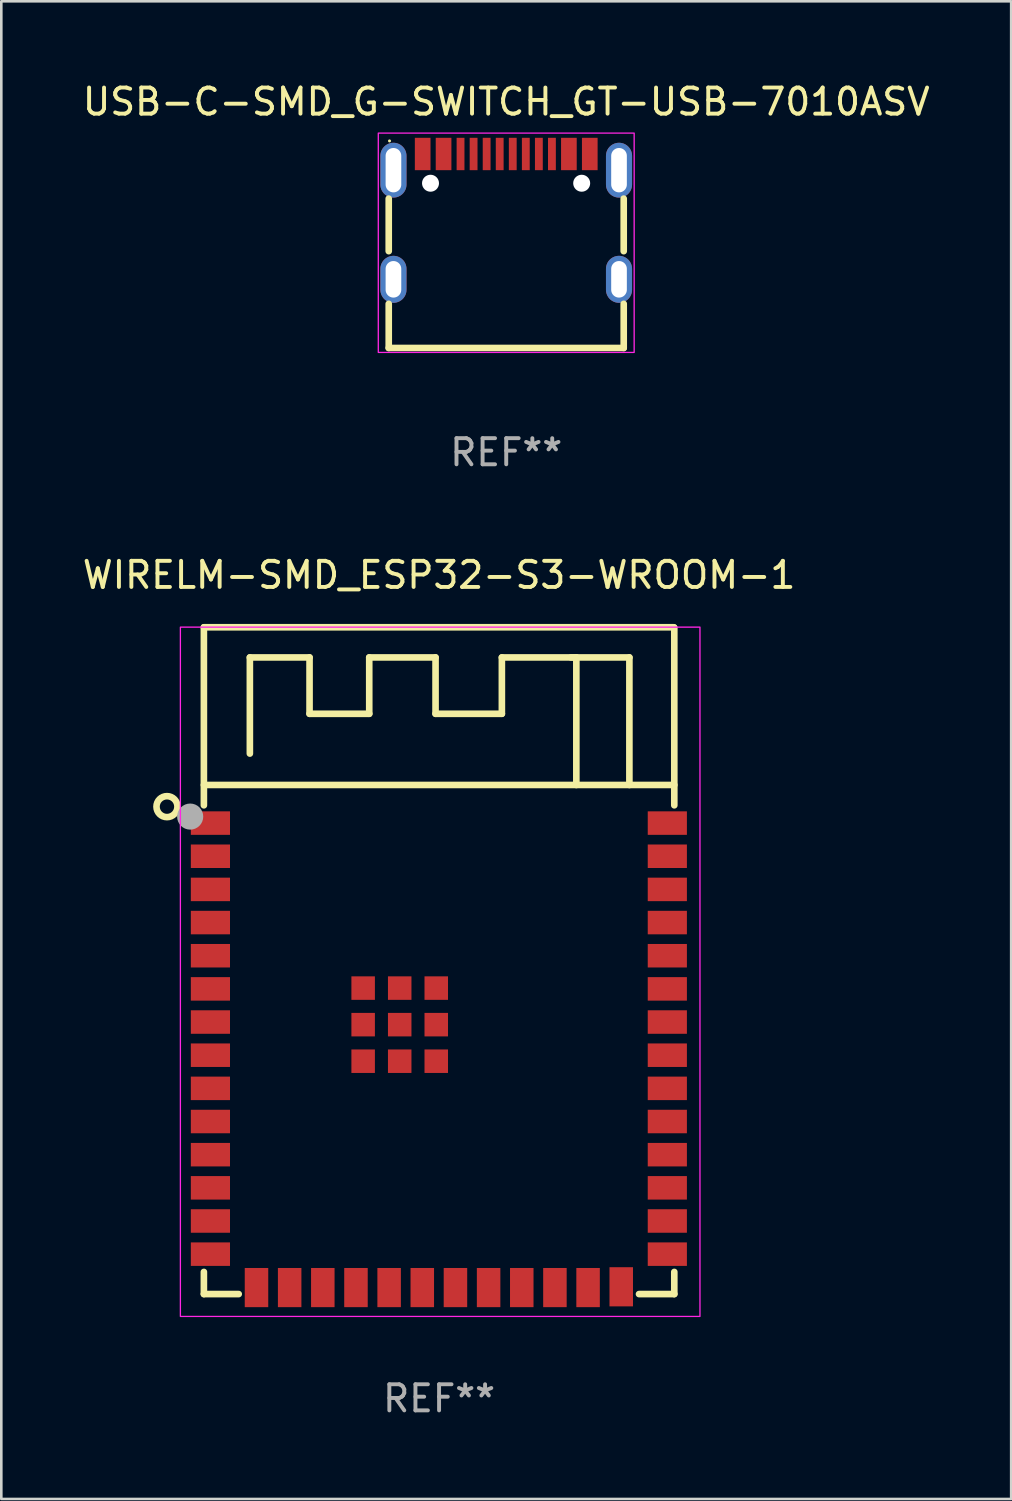
<source format=kicad_pcb>
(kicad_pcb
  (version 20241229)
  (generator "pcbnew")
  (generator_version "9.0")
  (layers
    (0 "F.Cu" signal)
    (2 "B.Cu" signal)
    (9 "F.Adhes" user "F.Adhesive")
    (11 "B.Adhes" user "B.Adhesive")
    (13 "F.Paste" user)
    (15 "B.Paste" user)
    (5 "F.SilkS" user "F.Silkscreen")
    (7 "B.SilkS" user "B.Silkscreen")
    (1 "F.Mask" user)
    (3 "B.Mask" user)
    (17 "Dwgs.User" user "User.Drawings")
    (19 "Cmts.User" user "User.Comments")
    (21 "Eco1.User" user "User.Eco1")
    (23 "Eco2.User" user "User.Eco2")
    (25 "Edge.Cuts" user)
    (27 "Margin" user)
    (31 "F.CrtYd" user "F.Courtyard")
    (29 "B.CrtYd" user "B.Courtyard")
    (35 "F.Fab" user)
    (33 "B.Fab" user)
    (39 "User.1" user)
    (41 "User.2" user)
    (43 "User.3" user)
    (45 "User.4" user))
  (footprint "WIRELM-SMD_ESP32-S3-WROOM-1"
    (layer "F.Cu")
    (at 13.759 37.37)
    (property "Reference" "WIRELM-SMD_ESP32-S3-WROOM-1" (at 0.008 -18.395 0) (layer "F.SilkS") (effects (font (size 1 1) (thickness 0.15))))
    (attr through_hole)
    (fp_line (start -9 -16.395) (end -9 -9.576) (stroke (width 0.254) (type solid)) (layer "F.SilkS"))
    (fp_line (start -9 -10.355) (end 9.017 -10.355) (stroke (width 0.254) (type solid)) (layer "F.SilkS"))
    (fp_line (start -9 8.296) (end -9 9.144) (stroke (width 0.254) (type solid)) (layer "F.SilkS"))
    (fp_line (start -9 9.144) (end -7.666 9.144) (stroke (width 0.254) (type solid)) (layer "F.SilkS"))
    (fp_line (start -7.239 -15.24) (end -7.239 -11.557) (stroke (width 0.254) (type solid)) (layer "F.SilkS"))
    (fp_line (start -4.953 -15.24) (end -7.239 -15.24) (stroke (width 0.254) (type solid)) (layer "F.SilkS"))
    (fp_line (start -4.953 -13.081) (end -4.953 -15.24) (stroke (width 0.254) (type solid)) (layer "F.SilkS"))
    (fp_line (start -2.667 -15.24) (end -2.667 -13.081) (stroke (width 0.254) (type solid)) (layer "F.SilkS"))
    (fp_line (start -2.667 -13.081) (end -4.953 -13.081) (stroke (width 0.254) (type solid)) (layer "F.SilkS"))
    (fp_line (start -0.127 -15.24) (end -2.667 -15.24) (stroke (width 0.254) (type solid)) (layer "F.SilkS"))
    (fp_line (start -0.127 -13.081) (end -0.127 -15.24) (stroke (width 0.254) (type solid)) (layer "F.SilkS"))
    (fp_line (start 2.413 -15.24) (end 2.413 -13.081) (stroke (width 0.254) (type solid)) (layer "F.SilkS"))
    (fp_line (start 2.413 -13.081) (end -0.127 -13.081) (stroke (width 0.254) (type solid)) (layer "F.SilkS"))
    (fp_line (start 5.265 -15.24) (end 2.413 -15.24) (stroke (width 0.254) (type solid)) (layer "F.SilkS"))
    (fp_line (start 5.265 -10.355) (end 5.265 -15.24) (stroke (width 0.254) (type solid)) (layer "F.SilkS"))
    (fp_line (start 7.297 -15.24) (end 5.062 -15.24) (stroke (width 0.254) (type solid)) (layer "F.SilkS"))
    (fp_line (start 7.297 -10.355) (end 7.297 -15.24) (stroke (width 0.254) (type solid)) (layer "F.SilkS"))
    (fp_line (start 7.666 9.144) (end 9.017 9.144) (stroke (width 0.254) (type solid)) (layer "F.SilkS"))
    (fp_line (start 9 -16.395) (end -9 -16.395) (stroke (width 0.254) (type solid)) (layer "F.SilkS"))
    (fp_line (start 9.017 -9.576) (end 9.017 -16.383) (stroke (width 0.254) (type solid)) (layer "F.SilkS"))
    (fp_line (start 9.017 9.144) (end 9.017 8.296) (stroke (width 0.254) (type solid)) (layer "F.SilkS"))
    (fp_circle (center -10.414 -9.525) (end -10.012 -9.525) (stroke (width 0.254) (type solid)) (fill no) (layer "F.SilkS"))
    (fp_circle (center -9 -16.395) (end -8.97 -16.395) (stroke (width 0.06) (type solid)) (fill no) (layer "F.SilkS"))
    (fp_rect (start -9.9 -16.4) (end 10 10) (stroke (width 0.05) (type default)) (fill no) (layer "F.CrtYd"))
    (fp_circle (center -9.525 -9.144) (end -9.275 -9.144) (stroke (width 0.5) (type solid)) (fill no) (layer "F.Fab"))
    (fp_text user "REF**" (at 0.008 13.144 0) (layer "F.Fab") (effects (font (size 1 1) (thickness 0.15))))
    (pad "1" smd rect (at -8.75 -8.895) (size 1.5 0.9) (layers "F.Cu" "F.Mask" "F.Paste"))
    (pad "2" smd rect (at -8.75 -7.625) (size 1.5 0.9) (layers "F.Cu" "F.Mask" "F.Paste"))
    (pad "3" smd rect (at -8.75 -6.355) (size 1.5 0.9) (layers "F.Cu" "F.Mask" "F.Paste"))
    (pad "4" smd rect (at -8.75 -5.085) (size 1.5 0.9) (layers "F.Cu" "F.Mask" "F.Paste"))
    (pad "5" smd rect (at -8.75 -3.815) (size 1.5 0.9) (layers "F.Cu" "F.Mask" "F.Paste"))
    (pad "6" smd rect (at -8.75 -2.545) (size 1.5 0.9) (layers "F.Cu" "F.Mask" "F.Paste"))
    (pad "7" smd rect (at -8.75 -1.275) (size 1.5 0.9) (layers "F.Cu" "F.Mask" "F.Paste"))
    (pad "8" smd rect (at -8.75 -0.005) (size 1.5 0.9) (layers "F.Cu" "F.Mask" "F.Paste"))
    (pad "9" smd rect (at -8.75 1.265) (size 1.5 0.9) (layers "F.Cu" "F.Mask" "F.Paste"))
    (pad "10" smd rect (at -8.75 2.535) (size 1.5 0.9) (layers "F.Cu" "F.Mask" "F.Paste"))
    (pad "11" smd rect (at -8.75 3.805) (size 1.5 0.9) (layers "F.Cu" "F.Mask" "F.Paste"))
    (pad "12" smd rect (at -8.75 5.075) (size 1.5 0.9) (layers "F.Cu" "F.Mask" "F.Paste"))
    (pad "13" smd rect (at -8.75 6.345) (size 1.5 0.9) (layers "F.Cu" "F.Mask" "F.Paste"))
    (pad "14" smd rect (at -8.75 7.615) (size 1.5 0.9) (layers "F.Cu" "F.Mask" "F.Paste"))
    (pad "15" smd rect (at -6.985 8.895 90) (size 1.5 0.9) (layers "F.Cu" "F.Mask" "F.Paste"))
    (pad "16" smd rect (at -5.715 8.895 90) (size 1.5 0.9) (layers "F.Cu" "F.Mask" "F.Paste"))
    (pad "17" smd rect (at -4.445 8.895 90) (size 1.5 0.9) (layers "F.Cu" "F.Mask" "F.Paste"))
    (pad "18" smd rect (at -3.175 8.895 90) (size 1.5 0.9) (layers "F.Cu" "F.Mask" "F.Paste"))
    (pad "19" smd rect (at -1.905 8.895 90) (size 1.5 0.9) (layers "F.Cu" "F.Mask" "F.Paste"))
    (pad "20" smd rect (at -0.635 8.895 90) (size 1.5 0.9) (layers "F.Cu" "F.Mask" "F.Paste"))
    (pad "21" smd rect (at 0.635 8.895 90) (size 1.5 0.9) (layers "F.Cu" "F.Mask" "F.Paste"))
    (pad "22" smd rect (at 1.905 8.895 90) (size 1.5 0.9) (layers "F.Cu" "F.Mask" "F.Paste"))
    (pad "23" smd rect (at 3.175 8.895 90) (size 1.5 0.9) (layers "F.Cu" "F.Mask" "F.Paste"))
    (pad "24" smd rect (at 4.445 8.895 90) (size 1.5 0.9) (layers "F.Cu" "F.Mask" "F.Paste"))
    (pad "25" smd rect (at 5.715 8.895 90) (size 1.5 0.9) (layers "F.Cu" "F.Mask" "F.Paste"))
    (pad "26" smd rect (at 6.985 8.865 90) (size 1.5 0.9) (layers "F.Cu" "F.Mask" "F.Paste"))
    (pad "27" smd rect (at 8.75 7.615 180) (size 1.5 0.9) (layers "F.Cu" "F.Mask" "F.Paste"))
    (pad "28" smd rect (at 8.75 6.345 180) (size 1.5 0.9) (layers "F.Cu" "F.Mask" "F.Paste"))
    (pad "29" smd rect (at 8.75 5.075 180) (size 1.5 0.9) (layers "F.Cu" "F.Mask" "F.Paste"))
    (pad "30" smd rect (at 8.75 3.805 180) (size 1.5 0.9) (layers "F.Cu" "F.Mask" "F.Paste"))
    (pad "31" smd rect (at 8.75 2.535 180) (size 1.5 0.9) (layers "F.Cu" "F.Mask" "F.Paste"))
    (pad "32" smd rect (at 8.75 1.265 180) (size 1.5 0.9) (layers "F.Cu" "F.Mask" "F.Paste"))
    (pad "33" smd rect (at 8.75 -0.005 180) (size 1.5 0.9) (layers "F.Cu" "F.Mask" "F.Paste"))
    (pad "34" smd rect (at 8.75 -1.275 180) (size 1.5 0.9) (layers "F.Cu" "F.Mask" "F.Paste"))
    (pad "35" smd rect (at 8.75 -2.545 180) (size 1.5 0.9) (layers "F.Cu" "F.Mask" "F.Paste"))
    (pad "36" smd rect (at 8.75 -3.815 180) (size 1.5 0.9) (layers "F.Cu" "F.Mask" "F.Paste"))
    (pad "37" smd rect (at 8.75 -5.085 180) (size 1.5 0.9) (layers "F.Cu" "F.Mask" "F.Paste"))
    (pad "38" smd rect (at 8.75 -6.355 180) (size 1.5 0.9) (layers "F.Cu" "F.Mask" "F.Paste"))
    (pad "39" smd rect (at 8.75 -7.625 180) (size 1.5 0.9) (layers "F.Cu" "F.Mask" "F.Paste"))
    (pad "40" smd rect (at 8.75 -8.895 180) (size 1.5 0.9) (layers "F.Cu" "F.Mask" "F.Paste"))
    (pad "41" smd rect (at -2.9 -2.575 90) (size 0.9 0.9) (layers "F.Cu" "F.Mask" "F.Paste"))
    (pad "41" smd rect (at -2.9 -1.175 90) (size 0.9 0.9) (layers "F.Cu" "F.Mask" "F.Paste"))
    (pad "41" smd rect (at -2.9 0.225 90) (size 0.9 0.9) (layers "F.Cu" "F.Mask" "F.Paste"))
    (pad "41" smd rect (at -1.5 -2.575 90) (size 0.9 0.9) (layers "F.Cu" "F.Mask" "F.Paste"))
    (pad "41" smd rect (at -1.5 -1.175 90) (size 0.9 0.9) (layers "F.Cu" "F.Mask" "F.Paste"))
    (pad "41" smd rect (at -1.5 0.225 90) (size 0.9 0.9) (layers "F.Cu" "F.Mask" "F.Paste"))
    (pad "41" smd rect (at -0.1 -2.575 90) (size 0.9 0.9) (layers "F.Cu" "F.Mask" "F.Paste"))
    (pad "41" smd rect (at -0.1 -1.175 90) (size 0.9 0.9) (layers "F.Cu" "F.Mask" "F.Paste"))
    (pad "41" smd rect (at -0.1 0.225 90) (size 0.9 0.9) (layers "F.Cu" "F.Mask" "F.Paste")))
  (footprint "USB-C-SMD_G-SWITCH_GT-USB-7010ASV"
    (layer "F.Cu")
    (at 16.339 5.248)
    (property "Reference" "USB-C-SMD_G-SWITCH_GT-USB-7010ASV" (at -0.000038 -4.4 0) (layer "F.SilkS") (effects (font (size 1 1) (thickness 0.15))))
    (attr through_hole)
    (fp_line (start -4.5 1.322) (end -4.5 -0.691) (stroke (width 0.254) (type solid)) (layer "F.SilkS"))
    (fp_line (start -4.5 5.03) (end -4.5 3.339) (stroke (width 0.254) (type solid)) (layer "F.SilkS"))
    (fp_line (start 4.5 1.322) (end 4.5 -0.691) (stroke (width 0.254) (type solid)) (layer "F.SilkS"))
    (fp_line (start 4.5 5.03) (end -4.5 5.03) (stroke (width 0.254) (type solid)) (layer "F.SilkS"))
    (fp_line (start 4.5 5.03) (end 4.5 3.339) (stroke (width 0.254) (type solid)) (layer "F.SilkS"))
    (fp_circle (center -4.47 -2.9) (end -4.44 -2.9) (stroke (width 0.06) (type solid)) (fill no) (layer "F.SilkS"))
    (fp_rect (start -4.9 -3.2) (end 4.9 5.2) (stroke (width 0.05) (type default)) (fill no) (layer "F.CrtYd"))
    (fp_circle (center -2.9 -1.28) (end -2.775 -1.28) (stroke (width 0.25) (type solid)) (fill no) (layer "F.Fab"))
    (fp_circle (center 2.89 -1.28) (end 3.015 -1.28) (stroke (width 0.25) (type solid)) (fill no) (layer "F.Fab"))
    (fp_text user "REF**" (at -0.000038 9.03 0) (layer "F.Fab") (effects (font (size 1 1) (thickness 0.15))))
    (pad "" np_thru_hole circle (at -2.9 -1.28) (size 0.65 0.65) (drill 0.65) (layers "*.Cu" "*.Mask"))
    (pad "" np_thru_hole circle (at 2.89 -1.28) (size 0.65 0.65) (drill 0.65) (layers "*.Cu" "*.Mask"))
    (pad "1" thru_hole oval (at -4.32 -1.78) (size 1 2.1) (drill oval 0.6 1.7) (layers "*.Cu" "*.Mask"))
    (pad "2" thru_hole oval (at 4.32 -1.78) (size 1 2.1) (drill oval 0.6 1.7) (layers "*.Cu" "*.Mask"))
    (pad "3" thru_hole oval (at 4.32 2.4) (size 1 1.8) (drill oval 0.6 1.4) (layers "*.Cu" "*.Mask"))
    (pad "4" thru_hole oval (at -4.32 2.4) (size 1 1.8) (drill oval 0.6 1.4) (layers "*.Cu" "*.Mask"))
    (pad "A1B12" smd rect (at -3.2 -2.4) (size 0.6 1.24) (layers "F.Cu" "F.Mask" "F.Paste"))
    (pad "A4B9" smd rect (at -2.4 -2.4) (size 0.6 1.24) (layers "F.Cu" "F.Mask" "F.Paste"))
    (pad "A5" smd rect (at -1.25 -2.4) (size 0.3 1.24) (layers "F.Cu" "F.Mask" "F.Paste"))
    (pad "A6" smd rect (at -0.25 -2.4) (size 0.3 1.24) (layers "F.Cu" "F.Mask" "F.Paste"))
    (pad "A7" smd rect (at 0.25 -2.4) (size 0.3 1.24) (layers "F.Cu" "F.Mask" "F.Paste"))
    (pad "A8" smd rect (at 1.25 -2.4) (size 0.3 1.24) (layers "F.Cu" "F.Mask" "F.Paste"))
    (pad "B1A12" smd rect (at 3.2 -2.4) (size 0.6 1.24) (layers "F.Cu" "F.Mask" "F.Paste"))
    (pad "B4A9" smd rect (at 2.4 -2.4) (size 0.6 1.24) (layers "F.Cu" "F.Mask" "F.Paste"))
    (pad "B5" smd rect (at 1.75 -2.4) (size 0.3 1.24) (layers "F.Cu" "F.Mask" "F.Paste"))
    (pad "B6" smd rect (at 0.75 -2.4) (size 0.3 1.24) (layers "F.Cu" "F.Mask" "F.Paste"))
    (pad "B7" smd rect (at -0.75 -2.4) (size 0.3 1.24) (layers "F.Cu" "F.Mask" "F.Paste"))
    (pad "B8" smd rect (at -1.75 -2.4) (size 0.3 1.24) (layers "F.Cu" "F.Mask" "F.Paste")))
  (gr_rect
    (start -3 -3)
    (end 35.679 54.362)
    (stroke (width 0.1) (type default))
    (fill no)
    (layer "Edge.Cuts")))
</source>
